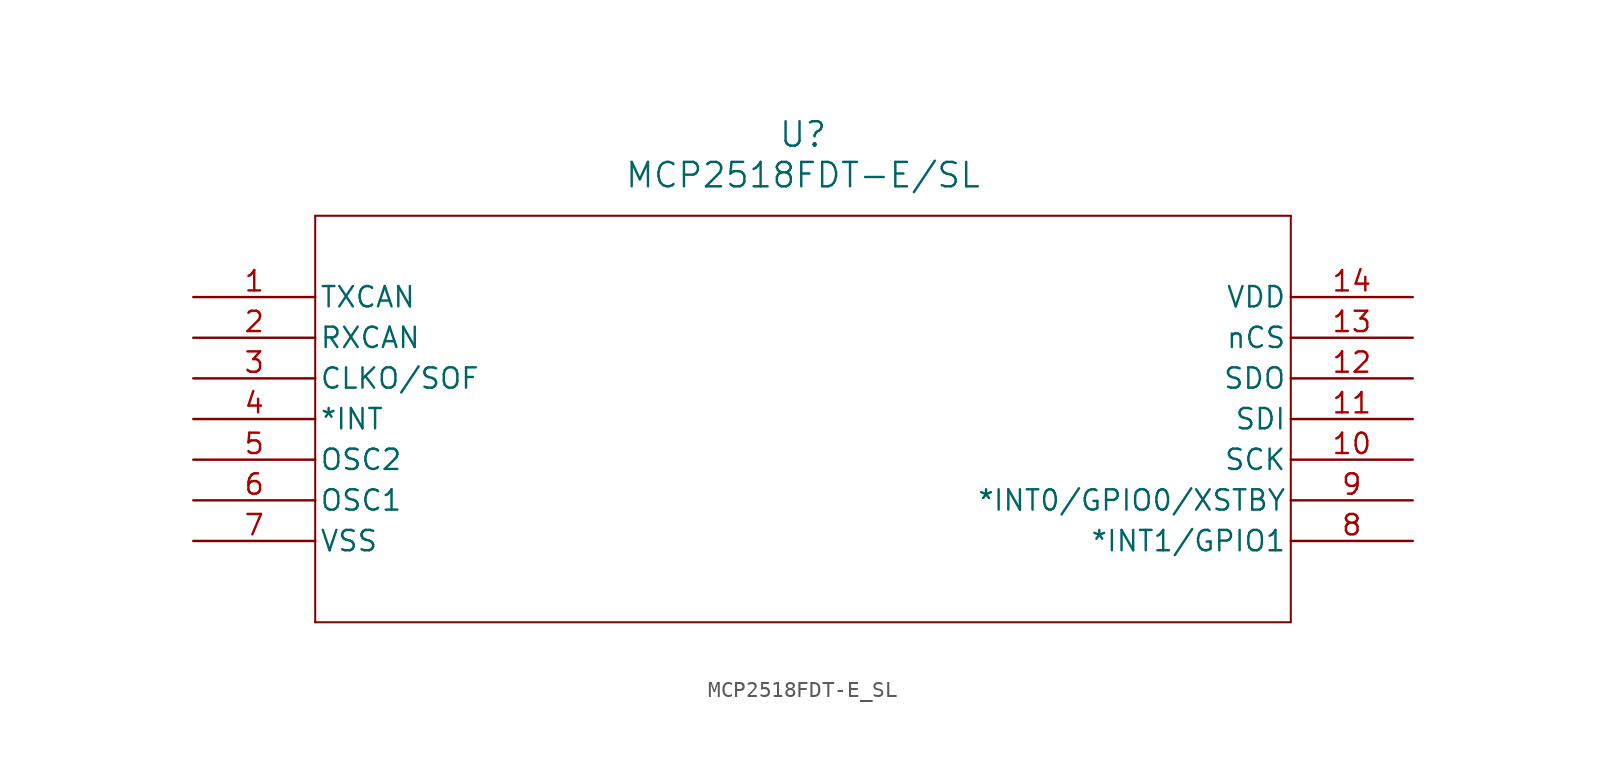
<source format=kicad_sym>
(kicad_symbol_lib
  (version 20211014)
  (generator kicad_symbol_editor)
  (symbol "MCP2518FDT-E_SL"
    (pin_names
      (offset 0.254))
    (property "Reference" "U"
      (at 38.1 10.16 0)
      (effects (font (size 1.524 1.524))))
    (property "Value" "MCP2518FDT-E/SL"
      (at 38.1 7.62 0)
      (effects (font (size 1.524 1.524))))
    (symbol "MCP2518FDT-E_SL_0_1"
      (polyline (pts (xy 7.62 5.08) (xy 7.62 -20.32)) (stroke (width 0.127) (type default) (color 0 0 0 0)) (fill (type none)))
      (polyline (pts (xy 7.62 -20.32) (xy 68.58 -20.32)) (stroke (width 0.127) (type default) (color 0 0 0 0)) (fill (type none)))
      (polyline (pts (xy 68.58 -20.32) (xy 68.58 5.08)) (stroke (width 0.127) (type default) (color 0 0 0 0)) (fill (type none)))
      (polyline (pts (xy 68.58 5.08) (xy 7.62 5.08)) (stroke (width 0.127) (type default) (color 0 0 0 0)) (fill (type none)))
      (pin output line (at 0 0 0) (length 7.62) (name "TXCAN" (effects (font (size 1.27 1.27)))) (number "1" (effects (font (size 1.27 1.27)))))
      (pin input line (at 0 -2.54 0) (length 7.62) (name "RXCAN" (effects (font (size 1.27 1.27)))) (number "2" (effects (font (size 1.27 1.27)))))
      (pin output line (at 0 -5.08 0) (length 7.62) (name "CLKO/SOF" (effects (font (size 1.27 1.27)))) (number "3" (effects (font (size 1.27 1.27)))))
      (pin output line (at 0 -7.62 0) (length 7.62) (name "*INT" (effects (font (size 1.27 1.27)))) (number "4" (effects (font (size 1.27 1.27)))))
      (pin output line (at 0 -10.16 0) (length 7.62) (name "OSC2" (effects (font (size 1.27 1.27)))) (number "5" (effects (font (size 1.27 1.27)))))
      (pin input line (at 0 -12.7 0) (length 7.62) (name "OSC1" (effects (font (size 1.27 1.27)))) (number "6" (effects (font (size 1.27 1.27)))))
      (pin power_out line (at 0 -15.24 0) (length 7.62) (name "VSS" (effects (font (size 1.27 1.27)))) (number "7" (effects (font (size 1.27 1.27)))))
      (pin bidirectional line (at 76.2 -15.24 180) (length 7.62) (name "*INT1/GPIO1" (effects (font (size 1.27 1.27)))) (number "8" (effects (font (size 1.27 1.27)))))
      (pin bidirectional line (at 76.2 -12.7 180) (length 7.62) (name "*INT0/GPIO0/XSTBY" (effects (font (size 1.27 1.27)))) (number "9" (effects (font (size 1.27 1.27)))))
      (pin input line (at 76.2 -10.16 180) (length 7.62) (name "SCK" (effects (font (size 1.27 1.27)))) (number "10" (effects (font (size 1.27 1.27)))))
      (pin input line (at 76.2 -7.62 180) (length 7.62) (name "SDI" (effects (font (size 1.27 1.27)))) (number "11" (effects (font (size 1.27 1.27)))))
      (pin output line (at 76.2 -5.08 180) (length 7.62) (name "SDO" (effects (font (size 1.27 1.27)))) (number "12" (effects (font (size 1.27 1.27)))))
      (pin input line (at 76.2 -2.54 180) (length 7.62) (name "nCS" (effects (font (size 1.27 1.27)))) (number "13" (effects (font (size 1.27 1.27)))))
      (pin power_in line (at 76.2 0 180) (length 7.62) (name "VDD" (effects (font (size 1.27 1.27)))) (number "14" (effects (font (size 1.27 1.27))))))))
</source>
